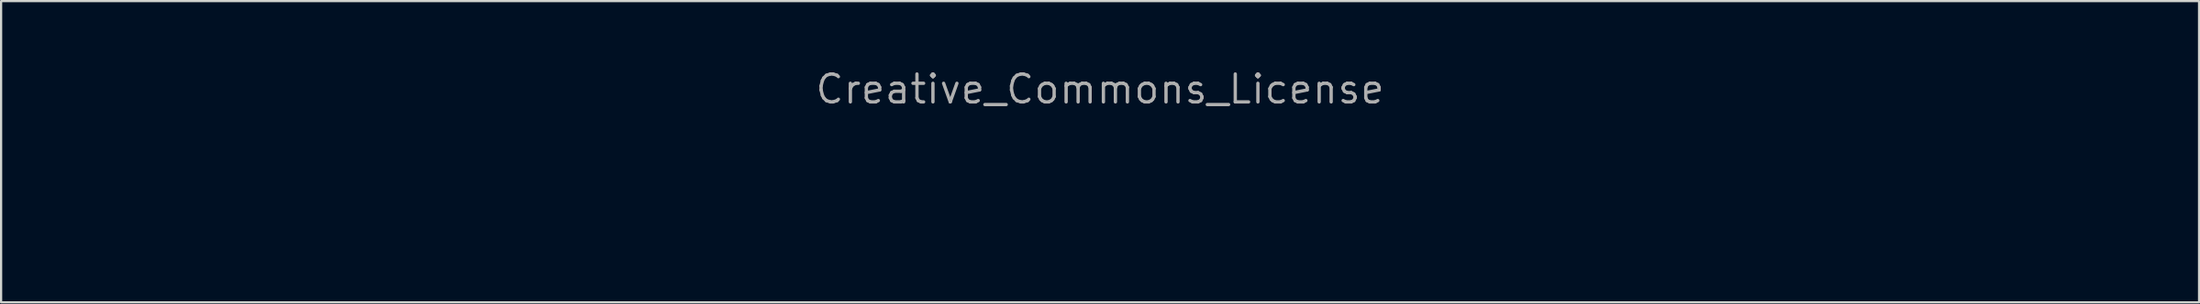
<source format=kicad_pcb>
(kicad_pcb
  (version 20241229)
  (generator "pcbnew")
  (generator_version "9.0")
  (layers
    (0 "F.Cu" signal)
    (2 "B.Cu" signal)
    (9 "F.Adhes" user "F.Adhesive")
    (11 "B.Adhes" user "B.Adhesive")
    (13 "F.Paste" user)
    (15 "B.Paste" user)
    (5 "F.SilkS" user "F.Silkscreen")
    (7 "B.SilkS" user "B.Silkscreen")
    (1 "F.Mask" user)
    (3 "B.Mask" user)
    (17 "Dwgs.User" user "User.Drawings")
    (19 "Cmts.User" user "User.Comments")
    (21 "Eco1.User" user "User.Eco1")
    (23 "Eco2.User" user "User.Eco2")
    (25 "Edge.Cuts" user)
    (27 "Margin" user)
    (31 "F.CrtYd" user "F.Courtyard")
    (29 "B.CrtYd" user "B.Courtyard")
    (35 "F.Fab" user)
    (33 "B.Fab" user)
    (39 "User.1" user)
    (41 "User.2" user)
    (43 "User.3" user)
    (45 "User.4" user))
  (footprint "Creative_Commons_License"
    (layer "F.Cu")
    (at 46.903 6.086)
    (property "Reference" "Creative_Commons_License" (at 0 -5.08 0) (layer "F.Fab") (effects (font (size 1.27 1.27) (thickness 0.15))))
    (attr exclude_from_pos_files exclude_from_bom)
    (fp_text user "Released under the Creative Commons Attribution Share-Alike 4.0 License" (at 0 -1.27 0) (layer "Eco2.User") (effects (font (size 1.636 1.636) (thickness 0.142)) (justify bottom)))
    (fp_text user " https://creativecommons.org/licenses/by-sa/4.0/" (at 0 1.27 0) (layer "Eco2.User") (effects (font (size 1.636 1.636) (thickness 0.142)) (justify bottom))))
  (gr_rect
    (start -3 -3)
    (end 96.805 10.707)
    (stroke (width 0.1) (type default))
    (fill no)
    (layer "Edge.Cuts")))
</source>
